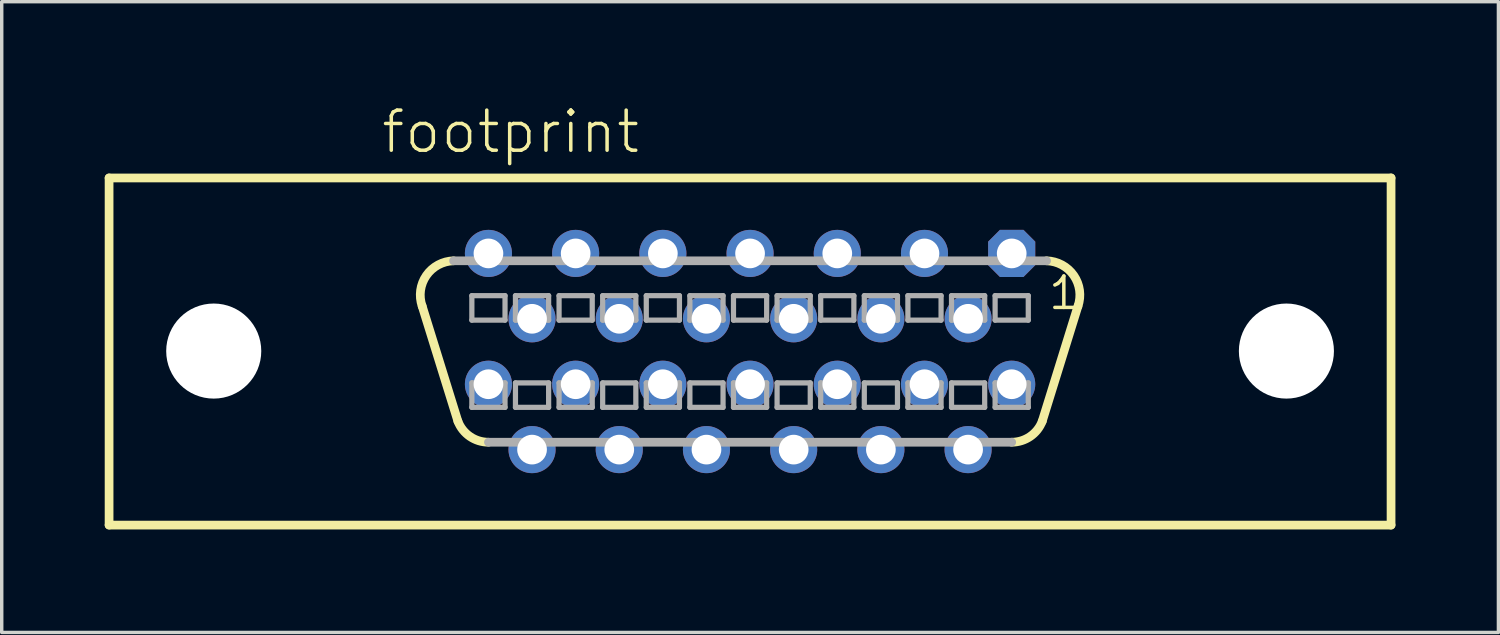
<source format=kicad_pcb>
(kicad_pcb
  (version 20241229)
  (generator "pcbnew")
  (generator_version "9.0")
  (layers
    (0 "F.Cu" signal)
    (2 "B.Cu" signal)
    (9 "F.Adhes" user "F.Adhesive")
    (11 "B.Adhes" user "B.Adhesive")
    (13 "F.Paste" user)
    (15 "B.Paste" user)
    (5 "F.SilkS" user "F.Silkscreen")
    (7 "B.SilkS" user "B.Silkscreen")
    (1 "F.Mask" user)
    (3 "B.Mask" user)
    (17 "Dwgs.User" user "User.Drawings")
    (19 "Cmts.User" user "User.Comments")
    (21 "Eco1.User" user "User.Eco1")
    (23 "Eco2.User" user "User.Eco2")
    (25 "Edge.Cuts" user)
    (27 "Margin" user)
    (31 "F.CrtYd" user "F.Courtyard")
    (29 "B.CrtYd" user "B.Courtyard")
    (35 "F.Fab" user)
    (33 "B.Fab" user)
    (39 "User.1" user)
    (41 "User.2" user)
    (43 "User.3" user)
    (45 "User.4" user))
  (footprint "footprint"
    (layer "F.Cu")
    (at 18.796 7.188)
    (property "Reference" "footprint" (at -10.795 -5.715 0) (layer "F.SilkS") (effects (font (size 1.168 1.168) (thickness 0.102)) (justify left bottom)))
    (fp_line (start -18.669 -5.055) (end 18.669 -5.055) (stroke (width 0.254) (type solid)) (layer "F.SilkS"))
    (fp_line (start -18.669 5.055) (end -18.669 -5.055) (stroke (width 0.254) (type solid)) (layer "F.SilkS"))
    (fp_line (start -8.509 2.032) (end -9.55 -1.321) (stroke (width 0.254) (type solid)) (layer "F.SilkS"))
    (fp_line (start 8.509 2.032) (end 9.55 -1.321) (stroke (width 0.254) (type solid)) (layer "F.SilkS"))
    (fp_line (start 18.669 -5.055) (end 18.669 5.055) (stroke (width 0.254) (type solid)) (layer "F.SilkS"))
    (fp_line (start 18.669 5.055) (end -18.669 5.055) (stroke (width 0.254) (type solid)) (layer "F.SilkS"))
    (fp_arc (start -9.5504 -1.3208) (mid -9.428542 -2.213361) (end -8.635998 -2.641601) (stroke (width 0.254) (type solid)) (layer "F.SilkS"))
    (fp_arc (start -7.619999 2.641601) (mid -8.159028 2.474655) (end -8.509 2.032) (stroke (width 0.254) (type solid)) (layer "F.SilkS"))
    (fp_arc (start 8.508999 2.031999) (mid 8.159028 2.474653) (end 7.62 2.6416) (stroke (width 0.254) (type solid)) (layer "F.SilkS"))
    (fp_arc (start 8.636 -2.6416) (mid 9.428543 -2.21336) (end 9.550399 -1.320799) (stroke (width 0.254) (type solid)) (layer "F.SilkS"))
    (fp_line (start -8.103 -1.626) (end -8.103 -0.914) (stroke (width 0.152) (type solid)) (layer "F.Fab"))
    (fp_line (start -8.103 -0.914) (end -7.137 -0.914) (stroke (width 0.152) (type solid)) (layer "F.Fab"))
    (fp_line (start -8.103 0.914) (end -8.103 1.626) (stroke (width 0.152) (type solid)) (layer "F.Fab"))
    (fp_line (start -8.103 1.626) (end -7.137 1.626) (stroke (width 0.152) (type solid)) (layer "F.Fab"))
    (fp_line (start -7.137 -1.626) (end -8.103 -1.626) (stroke (width 0.152) (type solid)) (layer "F.Fab"))
    (fp_line (start -7.137 -0.914) (end -7.137 -1.626) (stroke (width 0.152) (type solid)) (layer "F.Fab"))
    (fp_line (start -7.137 0.914) (end -8.103 0.914) (stroke (width 0.152) (type solid)) (layer "F.Fab"))
    (fp_line (start -7.137 1.626) (end -7.137 0.914) (stroke (width 0.152) (type solid)) (layer "F.Fab"))
    (fp_line (start -6.833 -1.626) (end -6.833 -0.914) (stroke (width 0.152) (type solid)) (layer "F.Fab"))
    (fp_line (start -6.833 -0.914) (end -5.867 -0.914) (stroke (width 0.152) (type solid)) (layer "F.Fab"))
    (fp_line (start -6.833 0.914) (end -6.833 1.626) (stroke (width 0.152) (type solid)) (layer "F.Fab"))
    (fp_line (start -6.833 1.626) (end -5.867 1.626) (stroke (width 0.152) (type solid)) (layer "F.Fab"))
    (fp_line (start -5.867 -1.626) (end -6.833 -1.626) (stroke (width 0.152) (type solid)) (layer "F.Fab"))
    (fp_line (start -5.867 -0.914) (end -5.867 -1.626) (stroke (width 0.152) (type solid)) (layer "F.Fab"))
    (fp_line (start -5.867 0.914) (end -6.833 0.914) (stroke (width 0.152) (type solid)) (layer "F.Fab"))
    (fp_line (start -5.867 1.626) (end -5.867 0.914) (stroke (width 0.152) (type solid)) (layer "F.Fab"))
    (fp_line (start -5.563 -1.626) (end -5.563 -0.914) (stroke (width 0.152) (type solid)) (layer "F.Fab"))
    (fp_line (start -5.563 -0.914) (end -4.597 -0.914) (stroke (width 0.152) (type solid)) (layer "F.Fab"))
    (fp_line (start -5.563 0.914) (end -5.563 1.626) (stroke (width 0.152) (type solid)) (layer "F.Fab"))
    (fp_line (start -5.563 1.626) (end -4.597 1.626) (stroke (width 0.152) (type solid)) (layer "F.Fab"))
    (fp_line (start -4.597 -1.626) (end -5.563 -1.626) (stroke (width 0.152) (type solid)) (layer "F.Fab"))
    (fp_line (start -4.597 -0.914) (end -4.597 -1.626) (stroke (width 0.152) (type solid)) (layer "F.Fab"))
    (fp_line (start -4.597 0.914) (end -5.563 0.914) (stroke (width 0.152) (type solid)) (layer "F.Fab"))
    (fp_line (start -4.597 1.626) (end -4.597 0.914) (stroke (width 0.152) (type solid)) (layer "F.Fab"))
    (fp_line (start -4.293 -1.626) (end -4.293 -0.914) (stroke (width 0.152) (type solid)) (layer "F.Fab"))
    (fp_line (start -4.293 -0.914) (end -3.327 -0.914) (stroke (width 0.152) (type solid)) (layer "F.Fab"))
    (fp_line (start -4.293 0.914) (end -4.293 1.626) (stroke (width 0.152) (type solid)) (layer "F.Fab"))
    (fp_line (start -4.293 1.626) (end -3.327 1.626) (stroke (width 0.152) (type solid)) (layer "F.Fab"))
    (fp_line (start -3.327 -1.626) (end -4.293 -1.626) (stroke (width 0.152) (type solid)) (layer "F.Fab"))
    (fp_line (start -3.327 -0.914) (end -3.327 -1.626) (stroke (width 0.152) (type solid)) (layer "F.Fab"))
    (fp_line (start -3.327 0.914) (end -4.293 0.914) (stroke (width 0.152) (type solid)) (layer "F.Fab"))
    (fp_line (start -3.327 1.626) (end -3.327 0.914) (stroke (width 0.152) (type solid)) (layer "F.Fab"))
    (fp_line (start -3.023 -1.626) (end -3.023 -0.914) (stroke (width 0.152) (type solid)) (layer "F.Fab"))
    (fp_line (start -3.023 -0.914) (end -2.057 -0.914) (stroke (width 0.152) (type solid)) (layer "F.Fab"))
    (fp_line (start -3.023 0.914) (end -3.023 1.626) (stroke (width 0.152) (type solid)) (layer "F.Fab"))
    (fp_line (start -3.023 1.626) (end -2.057 1.626) (stroke (width 0.152) (type solid)) (layer "F.Fab"))
    (fp_line (start -2.057 -1.626) (end -3.023 -1.626) (stroke (width 0.152) (type solid)) (layer "F.Fab"))
    (fp_line (start -2.057 -0.914) (end -2.057 -1.626) (stroke (width 0.152) (type solid)) (layer "F.Fab"))
    (fp_line (start -2.057 0.914) (end -3.023 0.914) (stroke (width 0.152) (type solid)) (layer "F.Fab"))
    (fp_line (start -2.057 1.626) (end -2.057 0.914) (stroke (width 0.152) (type solid)) (layer "F.Fab"))
    (fp_line (start -1.753 -1.626) (end -1.753 -0.914) (stroke (width 0.152) (type solid)) (layer "F.Fab"))
    (fp_line (start -1.753 -0.914) (end -0.787 -0.914) (stroke (width 0.152) (type solid)) (layer "F.Fab"))
    (fp_line (start -1.753 0.914) (end -1.753 1.626) (stroke (width 0.152) (type solid)) (layer "F.Fab"))
    (fp_line (start -1.753 1.626) (end -0.787 1.626) (stroke (width 0.152) (type solid)) (layer "F.Fab"))
    (fp_line (start -0.787 -1.626) (end -1.753 -1.626) (stroke (width 0.152) (type solid)) (layer "F.Fab"))
    (fp_line (start -0.787 -0.914) (end -0.787 -1.626) (stroke (width 0.152) (type solid)) (layer "F.Fab"))
    (fp_line (start -0.787 0.914) (end -1.753 0.914) (stroke (width 0.152) (type solid)) (layer "F.Fab"))
    (fp_line (start -0.787 1.626) (end -0.787 0.914) (stroke (width 0.152) (type solid)) (layer "F.Fab"))
    (fp_line (start -0.483 -1.626) (end -0.483 -0.914) (stroke (width 0.152) (type solid)) (layer "F.Fab"))
    (fp_line (start -0.483 -0.914) (end 0.483 -0.914) (stroke (width 0.152) (type solid)) (layer "F.Fab"))
    (fp_line (start -0.483 0.914) (end -0.483 1.626) (stroke (width 0.152) (type solid)) (layer "F.Fab"))
    (fp_line (start -0.483 1.626) (end 0.483 1.626) (stroke (width 0.152) (type solid)) (layer "F.Fab"))
    (fp_line (start 0.483 -1.626) (end -0.483 -1.626) (stroke (width 0.152) (type solid)) (layer "F.Fab"))
    (fp_line (start 0.483 -0.914) (end 0.483 -1.626) (stroke (width 0.152) (type solid)) (layer "F.Fab"))
    (fp_line (start 0.483 0.914) (end -0.483 0.914) (stroke (width 0.152) (type solid)) (layer "F.Fab"))
    (fp_line (start 0.483 1.626) (end 0.483 0.914) (stroke (width 0.152) (type solid)) (layer "F.Fab"))
    (fp_line (start 0.787 -1.626) (end 0.787 -0.914) (stroke (width 0.152) (type solid)) (layer "F.Fab"))
    (fp_line (start 0.787 -0.914) (end 1.753 -0.914) (stroke (width 0.152) (type solid)) (layer "F.Fab"))
    (fp_line (start 0.787 0.914) (end 0.787 1.626) (stroke (width 0.152) (type solid)) (layer "F.Fab"))
    (fp_line (start 0.787 1.626) (end 1.753 1.626) (stroke (width 0.152) (type solid)) (layer "F.Fab"))
    (fp_line (start 1.753 -1.626) (end 0.787 -1.626) (stroke (width 0.152) (type solid)) (layer "F.Fab"))
    (fp_line (start 1.753 -0.914) (end 1.753 -1.626) (stroke (width 0.152) (type solid)) (layer "F.Fab"))
    (fp_line (start 1.753 0.914) (end 0.787 0.914) (stroke (width 0.152) (type solid)) (layer "F.Fab"))
    (fp_line (start 1.753 1.626) (end 1.753 0.914) (stroke (width 0.152) (type solid)) (layer "F.Fab"))
    (fp_line (start 2.057 -1.626) (end 2.057 -0.914) (stroke (width 0.152) (type solid)) (layer "F.Fab"))
    (fp_line (start 2.057 -0.914) (end 3.023 -0.914) (stroke (width 0.152) (type solid)) (layer "F.Fab"))
    (fp_line (start 2.057 0.914) (end 2.057 1.626) (stroke (width 0.152) (type solid)) (layer "F.Fab"))
    (fp_line (start 2.057 1.626) (end 3.023 1.626) (stroke (width 0.152) (type solid)) (layer "F.Fab"))
    (fp_line (start 3.023 -1.626) (end 2.057 -1.626) (stroke (width 0.152) (type solid)) (layer "F.Fab"))
    (fp_line (start 3.023 -0.914) (end 3.023 -1.626) (stroke (width 0.152) (type solid)) (layer "F.Fab"))
    (fp_line (start 3.023 0.914) (end 2.057 0.914) (stroke (width 0.152) (type solid)) (layer "F.Fab"))
    (fp_line (start 3.023 1.626) (end 3.023 0.914) (stroke (width 0.152) (type solid)) (layer "F.Fab"))
    (fp_line (start 3.327 -1.626) (end 3.327 -0.914) (stroke (width 0.152) (type solid)) (layer "F.Fab"))
    (fp_line (start 3.327 -0.914) (end 4.293 -0.914) (stroke (width 0.152) (type solid)) (layer "F.Fab"))
    (fp_line (start 3.327 0.914) (end 3.327 1.626) (stroke (width 0.152) (type solid)) (layer "F.Fab"))
    (fp_line (start 3.327 1.626) (end 4.293 1.626) (stroke (width 0.152) (type solid)) (layer "F.Fab"))
    (fp_line (start 4.293 -1.626) (end 3.327 -1.626) (stroke (width 0.152) (type solid)) (layer "F.Fab"))
    (fp_line (start 4.293 -0.914) (end 4.293 -1.626) (stroke (width 0.152) (type solid)) (layer "F.Fab"))
    (fp_line (start 4.293 0.914) (end 3.327 0.914) (stroke (width 0.152) (type solid)) (layer "F.Fab"))
    (fp_line (start 4.293 1.626) (end 4.293 0.914) (stroke (width 0.152) (type solid)) (layer "F.Fab"))
    (fp_line (start 4.597 -1.626) (end 4.597 -0.914) (stroke (width 0.152) (type solid)) (layer "F.Fab"))
    (fp_line (start 4.597 -0.914) (end 5.563 -0.914) (stroke (width 0.152) (type solid)) (layer "F.Fab"))
    (fp_line (start 4.597 0.914) (end 4.597 1.626) (stroke (width 0.152) (type solid)) (layer "F.Fab"))
    (fp_line (start 4.597 1.626) (end 5.563 1.626) (stroke (width 0.152) (type solid)) (layer "F.Fab"))
    (fp_line (start 5.563 -1.626) (end 4.597 -1.626) (stroke (width 0.152) (type solid)) (layer "F.Fab"))
    (fp_line (start 5.563 -0.914) (end 5.563 -1.626) (stroke (width 0.152) (type solid)) (layer "F.Fab"))
    (fp_line (start 5.563 0.914) (end 4.597 0.914) (stroke (width 0.152) (type solid)) (layer "F.Fab"))
    (fp_line (start 5.563 1.626) (end 5.563 0.914) (stroke (width 0.152) (type solid)) (layer "F.Fab"))
    (fp_line (start 5.867 -1.626) (end 5.867 -0.914) (stroke (width 0.152) (type solid)) (layer "F.Fab"))
    (fp_line (start 5.867 -0.914) (end 6.833 -0.914) (stroke (width 0.152) (type solid)) (layer "F.Fab"))
    (fp_line (start 5.867 0.914) (end 5.867 1.626) (stroke (width 0.152) (type solid)) (layer "F.Fab"))
    (fp_line (start 5.867 1.626) (end 6.833 1.626) (stroke (width 0.152) (type solid)) (layer "F.Fab"))
    (fp_line (start 6.833 -1.626) (end 5.867 -1.626) (stroke (width 0.152) (type solid)) (layer "F.Fab"))
    (fp_line (start 6.833 -0.914) (end 6.833 -1.626) (stroke (width 0.152) (type solid)) (layer "F.Fab"))
    (fp_line (start 6.833 0.914) (end 5.867 0.914) (stroke (width 0.152) (type solid)) (layer "F.Fab"))
    (fp_line (start 6.833 1.626) (end 6.833 0.914) (stroke (width 0.152) (type solid)) (layer "F.Fab"))
    (fp_line (start 7.137 -1.626) (end 7.137 -0.914) (stroke (width 0.152) (type solid)) (layer "F.Fab"))
    (fp_line (start 7.137 -0.914) (end 8.103 -0.914) (stroke (width 0.152) (type solid)) (layer "F.Fab"))
    (fp_line (start 7.137 0.914) (end 7.137 1.626) (stroke (width 0.152) (type solid)) (layer "F.Fab"))
    (fp_line (start 7.137 1.626) (end 8.103 1.626) (stroke (width 0.152) (type solid)) (layer "F.Fab"))
    (fp_line (start 7.62 2.642) (end -7.62 2.642) (stroke (width 0.254) (type solid)) (layer "F.Fab"))
    (fp_line (start 8.103 -1.626) (end 7.137 -1.626) (stroke (width 0.152) (type solid)) (layer "F.Fab"))
    (fp_line (start 8.103 -0.914) (end 8.103 -1.626) (stroke (width 0.152) (type solid)) (layer "F.Fab"))
    (fp_line (start 8.103 0.914) (end 7.137 0.914) (stroke (width 0.152) (type solid)) (layer "F.Fab"))
    (fp_line (start 8.103 1.626) (end 8.103 0.914) (stroke (width 0.152) (type solid)) (layer "F.Fab"))
    (fp_line (start 8.636 -2.642) (end -8.636 -2.642) (stroke (width 0.254) (type solid)) (layer "F.Fab"))
    (fp_text user "1" (at 8.636 -1.168 0) (layer "F.SilkS") (effects (font (size 0.914 0.914) (thickness 0.102)) (justify left bottom)))
    (pad "" np_thru_hole circle (at -15.621 -0.013) (size 2.769 2.769) (drill 2.769) (layers "*.Cu" "*.Mask"))
    (pad "" np_thru_hole circle (at 15.621 -0.013) (size 2.769 2.769) (drill 2.769) (layers "*.Cu" "*.Mask"))
    (pad "1" thru_hole roundrect (at 7.62 -2.857) (size 1.372 1.372) (drill 0.864) (layers "*.Cu" "*.Mask") (roundrect_rratio 0.25) (chamfer_ratio 0.25) (chamfer top_left top_right bottom_left bottom_right))
    (pad "2" thru_hole circle (at 6.35 -0.953) (size 1.372 1.372) (drill 0.864) (layers "*.Cu" "*.Mask"))
    (pad "3" thru_hole circle (at 5.08 -2.857) (size 1.372 1.372) (drill 0.864) (layers "*.Cu" "*.Mask"))
    (pad "4" thru_hole circle (at 3.81 -0.953) (size 1.372 1.372) (drill 0.864) (layers "*.Cu" "*.Mask"))
    (pad "5" thru_hole circle (at 2.54 -2.857) (size 1.372 1.372) (drill 0.864) (layers "*.Cu" "*.Mask"))
    (pad "6" thru_hole circle (at 1.27 -0.953) (size 1.372 1.372) (drill 0.864) (layers "*.Cu" "*.Mask"))
    (pad "7" thru_hole circle (at 0 -2.857) (size 1.372 1.372) (drill 0.864) (layers "*.Cu" "*.Mask"))
    (pad "8" thru_hole circle (at -1.27 -0.953) (size 1.372 1.372) (drill 0.864) (layers "*.Cu" "*.Mask"))
    (pad "9" thru_hole circle (at -2.54 -2.857) (size 1.372 1.372) (drill 0.864) (layers "*.Cu" "*.Mask"))
    (pad "10" thru_hole circle (at -3.81 -0.953) (size 1.372 1.372) (drill 0.864) (layers "*.Cu" "*.Mask"))
    (pad "11" thru_hole circle (at -5.08 -2.857) (size 1.372 1.372) (drill 0.864) (layers "*.Cu" "*.Mask"))
    (pad "12" thru_hole circle (at -6.35 -0.953) (size 1.372 1.372) (drill 0.864) (layers "*.Cu" "*.Mask"))
    (pad "13" thru_hole circle (at -7.62 -2.857) (size 1.372 1.372) (drill 0.864) (layers "*.Cu" "*.Mask"))
    (pad "14" thru_hole circle (at 7.62 0.953) (size 1.372 1.372) (drill 0.864) (layers "*.Cu" "*.Mask"))
    (pad "15" thru_hole circle (at 6.35 2.857) (size 1.372 1.372) (drill 0.864) (layers "*.Cu" "*.Mask"))
    (pad "16" thru_hole circle (at 5.08 0.953) (size 1.372 1.372) (drill 0.864) (layers "*.Cu" "*.Mask"))
    (pad "17" thru_hole circle (at 3.81 2.857) (size 1.372 1.372) (drill 0.864) (layers "*.Cu" "*.Mask"))
    (pad "18" thru_hole circle (at 2.54 0.953) (size 1.372 1.372) (drill 0.864) (layers "*.Cu" "*.Mask"))
    (pad "19" thru_hole circle (at 1.27 2.857) (size 1.372 1.372) (drill 0.864) (layers "*.Cu" "*.Mask"))
    (pad "20" thru_hole circle (at 0 0.953) (size 1.372 1.372) (drill 0.864) (layers "*.Cu" "*.Mask"))
    (pad "21" thru_hole circle (at -1.27 2.857) (size 1.372 1.372) (drill 0.864) (layers "*.Cu" "*.Mask"))
    (pad "22" thru_hole circle (at -2.54 0.953) (size 1.372 1.372) (drill 0.864) (layers "*.Cu" "*.Mask"))
    (pad "23" thru_hole circle (at -3.81 2.857) (size 1.372 1.372) (drill 0.864) (layers "*.Cu" "*.Mask"))
    (pad "24" thru_hole circle (at -5.08 0.953) (size 1.372 1.372) (drill 0.864) (layers "*.Cu" "*.Mask"))
    (pad "25" thru_hole circle (at -6.35 2.857) (size 1.372 1.372) (drill 0.864) (layers "*.Cu" "*.Mask"))
    (pad "26" thru_hole circle (at -7.62 0.953) (size 1.372 1.372) (drill 0.864) (layers "*.Cu" "*.Mask")))
  (gr_rect
    (start -3 -3)
    (end 40.592 15.37)
    (stroke (width 0.1) (type default))
    (fill no)
    (layer "Edge.Cuts")))
</source>
